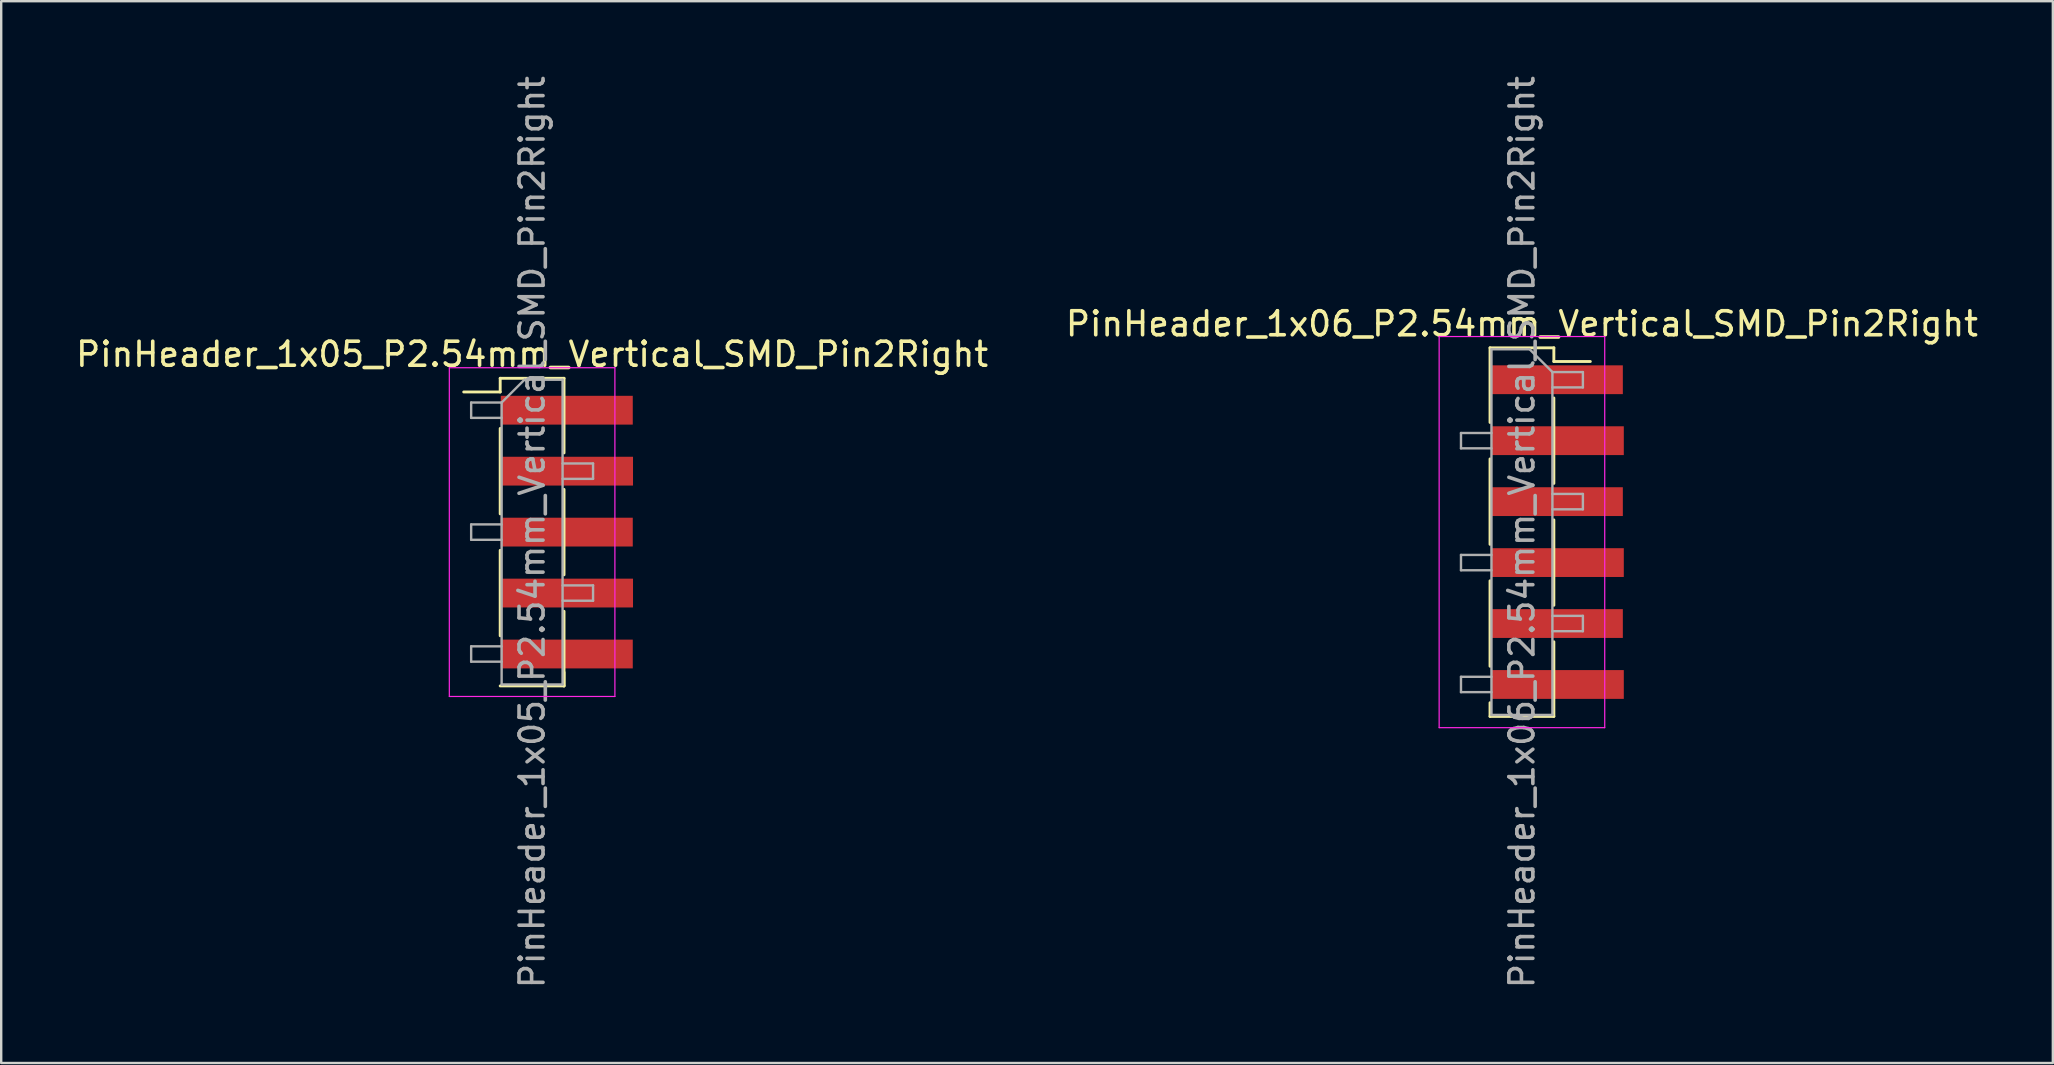
<source format=kicad_pcb>
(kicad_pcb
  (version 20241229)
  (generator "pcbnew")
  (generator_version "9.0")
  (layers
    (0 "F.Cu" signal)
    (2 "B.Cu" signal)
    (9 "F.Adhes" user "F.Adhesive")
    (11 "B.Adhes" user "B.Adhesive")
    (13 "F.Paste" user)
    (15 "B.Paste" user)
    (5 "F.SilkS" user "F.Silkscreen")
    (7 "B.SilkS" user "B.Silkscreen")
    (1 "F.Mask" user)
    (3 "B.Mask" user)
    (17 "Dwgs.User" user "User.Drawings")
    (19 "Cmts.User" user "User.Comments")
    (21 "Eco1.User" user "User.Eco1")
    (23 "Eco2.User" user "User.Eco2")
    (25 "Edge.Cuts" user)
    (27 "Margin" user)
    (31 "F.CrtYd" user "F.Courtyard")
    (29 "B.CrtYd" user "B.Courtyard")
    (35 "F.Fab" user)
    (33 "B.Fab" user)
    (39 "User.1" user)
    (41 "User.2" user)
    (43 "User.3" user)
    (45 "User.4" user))
  (footprint "PinHeader_1x06_P2.54mm_Vertical_SMD_Pin2Right"
    (layer "F.Cu")
    (at 60.375 19.125)
    (property "Reference" "PinHeader_1x06_P2.54mm_Vertical_SMD_Pin2Right" (at 0 -8.68 0) (layer "F.SilkS") (effects (font (size 1 1) (thickness 0.15))))
    (attr smd)
    (fp_line (start -1.33 -7.68) (end -1.33 -4.57) (stroke (width 0.12) (type solid)) (layer "F.SilkS"))
    (fp_line (start -1.33 -7.68) (end 1.33 -7.68) (stroke (width 0.12) (type solid)) (layer "F.SilkS"))
    (fp_line (start -1.33 -3.05) (end -1.33 0.51) (stroke (width 0.12) (type solid)) (layer "F.SilkS"))
    (fp_line (start -1.33 2.03) (end -1.33 5.59) (stroke (width 0.12) (type solid)) (layer "F.SilkS"))
    (fp_line (start -1.33 7.11) (end -1.33 7.68) (stroke (width 0.12) (type solid)) (layer "F.SilkS"))
    (fp_line (start -1.33 7.68) (end 1.33 7.68) (stroke (width 0.12) (type solid)) (layer "F.SilkS"))
    (fp_line (start 1.33 -7.68) (end 1.33 -7.11) (stroke (width 0.12) (type solid)) (layer "F.SilkS"))
    (fp_line (start 1.33 -7.11) (end 2.85 -7.11) (stroke (width 0.12) (type solid)) (layer "F.SilkS"))
    (fp_line (start 1.33 -5.59) (end 1.33 -2.03) (stroke (width 0.12) (type solid)) (layer "F.SilkS"))
    (fp_line (start 1.33 -0.51) (end 1.33 3.05) (stroke (width 0.12) (type solid)) (layer "F.SilkS"))
    (fp_line (start 1.33 4.57) (end 1.33 7.68) (stroke (width 0.12) (type solid)) (layer "F.SilkS"))
    (fp_line (start -3.45 -8.15) (end -3.45 8.15) (stroke (width 0.05) (type solid)) (layer "F.CrtYd"))
    (fp_line (start -3.45 8.15) (end 3.45 8.15) (stroke (width 0.05) (type solid)) (layer "F.CrtYd"))
    (fp_line (start 3.45 -8.15) (end -3.45 -8.15) (stroke (width 0.05) (type solid)) (layer "F.CrtYd"))
    (fp_line (start 3.45 8.15) (end 3.45 -8.15) (stroke (width 0.05) (type solid)) (layer "F.CrtYd"))
    (fp_line (start -2.54 -4.13) (end -2.54 -3.49) (stroke (width 0.1) (type solid)) (layer "F.Fab"))
    (fp_line (start -2.54 -3.49) (end -1.27 -3.49) (stroke (width 0.1) (type solid)) (layer "F.Fab"))
    (fp_line (start -2.54 0.95) (end -2.54 1.59) (stroke (width 0.1) (type solid)) (layer "F.Fab"))
    (fp_line (start -2.54 1.59) (end -1.27 1.59) (stroke (width 0.1) (type solid)) (layer "F.Fab"))
    (fp_line (start -2.54 6.03) (end -2.54 6.67) (stroke (width 0.1) (type solid)) (layer "F.Fab"))
    (fp_line (start -2.54 6.67) (end -1.27 6.67) (stroke (width 0.1) (type solid)) (layer "F.Fab"))
    (fp_line (start -1.27 -7.62) (end -1.27 7.62) (stroke (width 0.1) (type solid)) (layer "F.Fab"))
    (fp_line (start -1.27 -7.62) (end 0.32 -7.62) (stroke (width 0.1) (type solid)) (layer "F.Fab"))
    (fp_line (start -1.27 -4.13) (end -2.54 -4.13) (stroke (width 0.1) (type solid)) (layer "F.Fab"))
    (fp_line (start -1.27 0.95) (end -2.54 0.95) (stroke (width 0.1) (type solid)) (layer "F.Fab"))
    (fp_line (start -1.27 6.03) (end -2.54 6.03) (stroke (width 0.1) (type solid)) (layer "F.Fab"))
    (fp_line (start 1.27 -6.67) (end 0.32 -7.62) (stroke (width 0.1) (type solid)) (layer "F.Fab"))
    (fp_line (start 1.27 -6.67) (end 2.54 -6.67) (stroke (width 0.1) (type solid)) (layer "F.Fab"))
    (fp_line (start 1.27 -1.59) (end 2.54 -1.59) (stroke (width 0.1) (type solid)) (layer "F.Fab"))
    (fp_line (start 1.27 3.49) (end 2.54 3.49) (stroke (width 0.1) (type solid)) (layer "F.Fab"))
    (fp_line (start 1.27 7.62) (end -1.27 7.62) (stroke (width 0.1) (type solid)) (layer "F.Fab"))
    (fp_line (start 1.27 7.62) (end 1.27 -6.67) (stroke (width 0.1) (type solid)) (layer "F.Fab"))
    (fp_line (start 2.54 -6.67) (end 2.54 -6.03) (stroke (width 0.1) (type solid)) (layer "F.Fab"))
    (fp_line (start 2.54 -6.03) (end 1.27 -6.03) (stroke (width 0.1) (type solid)) (layer "F.Fab"))
    (fp_line (start 2.54 -1.59) (end 2.54 -0.95) (stroke (width 0.1) (type solid)) (layer "F.Fab"))
    (fp_line (start 2.54 -0.95) (end 1.27 -0.95) (stroke (width 0.1) (type solid)) (layer "F.Fab"))
    (fp_line (start 2.54 3.49) (end 2.54 4.13) (stroke (width 0.1) (type solid)) (layer "F.Fab"))
    (fp_line (start 2.54 4.13) (end 1.27 4.13) (stroke (width 0.1) (type solid)) (layer "F.Fab"))
    (fp_text user "${REFERENCE}" (at 0 0 90) (layer "F.Fab") (effects (font (size 1 1) (thickness 0.15))))
    (pad "1" smd rect (at 1.655 -6.35) (size 5.5 1.2) (drill (offset -0.2 0)) (layers "F.Cu" "F.Mask" "F.Paste"))
    (pad "2" smd rect (at -1.655 -3.81) (size 5.5 1.2) (drill (offset 3.15 0)) (layers "F.Cu" "F.Mask" "F.Paste"))
    (pad "3" smd rect (at 1.655 -1.27) (size 5.5 1.2) (drill (offset -0.2 0)) (layers "F.Cu" "F.Mask" "F.Paste"))
    (pad "4" smd rect (at -1.655 1.27) (size 5.5 1.2) (drill (offset 3.15 0)) (layers "F.Cu" "F.Mask" "F.Paste"))
    (pad "5" smd rect (at 1.655 3.81) (size 5.5 1.2) (drill (offset -0.2 0)) (layers "F.Cu" "F.Mask" "F.Paste"))
    (pad "6" smd rect (at -1.655 6.35) (size 5.5 1.2) (drill (offset 3.15 0)) (layers "F.Cu" "F.Mask" "F.Paste")))
  (footprint "PinHeader_1x05_P2.54mm_Vertical_SMD_Pin2Right"
    (layer "F.Cu")
    (at 19.125 19.125)
    (property "Reference" "PinHeader_1x05_P2.54mm_Vertical_SMD_Pin2Right" (at 0 -7.41 0) (layer "F.SilkS") (effects (font (size 1 1) (thickness 0.15))))
    (attr smd)
    (fp_line (start -1.33 -6.41) (end -1.33 -5.84) (stroke (width 0.12) (type solid)) (layer "F.SilkS"))
    (fp_line (start -1.33 -6.41) (end 1.33 -6.41) (stroke (width 0.12) (type solid)) (layer "F.SilkS"))
    (fp_line (start -1.33 -5.84) (end -2.85 -5.84) (stroke (width 0.12) (type solid)) (layer "F.SilkS"))
    (fp_line (start -1.33 -4.32) (end -1.33 -0.76) (stroke (width 0.12) (type solid)) (layer "F.SilkS"))
    (fp_line (start -1.33 0.76) (end -1.33 4.32) (stroke (width 0.12) (type solid)) (layer "F.SilkS"))
    (fp_line (start -1.33 6.41) (end 1.33 6.41) (stroke (width 0.12) (type solid)) (layer "F.SilkS"))
    (fp_line (start 1.33 -6.41) (end 1.33 -3.3) (stroke (width 0.12) (type solid)) (layer "F.SilkS"))
    (fp_line (start 1.33 -1.78) (end 1.33 1.78) (stroke (width 0.12) (type solid)) (layer "F.SilkS"))
    (fp_line (start 1.33 3.3) (end 1.33 6.41) (stroke (width 0.12) (type solid)) (layer "F.SilkS"))
    (fp_line (start 1.33 5.84) (end 1.33 6.41) (stroke (width 0.12) (type solid)) (layer "F.SilkS"))
    (fp_line (start -3.45 -6.85) (end -3.45 6.85) (stroke (width 0.05) (type solid)) (layer "F.CrtYd"))
    (fp_line (start -3.45 6.85) (end 3.45 6.85) (stroke (width 0.05) (type solid)) (layer "F.CrtYd"))
    (fp_line (start 3.45 -6.85) (end -3.45 -6.85) (stroke (width 0.05) (type solid)) (layer "F.CrtYd"))
    (fp_line (start 3.45 6.85) (end 3.45 -6.85) (stroke (width 0.05) (type solid)) (layer "F.CrtYd"))
    (fp_line (start -2.54 -5.4) (end -2.54 -4.76) (stroke (width 0.1) (type solid)) (layer "F.Fab"))
    (fp_line (start -2.54 -4.76) (end -1.27 -4.76) (stroke (width 0.1) (type solid)) (layer "F.Fab"))
    (fp_line (start -2.54 -0.32) (end -2.54 0.32) (stroke (width 0.1) (type solid)) (layer "F.Fab"))
    (fp_line (start -2.54 0.32) (end -1.27 0.32) (stroke (width 0.1) (type solid)) (layer "F.Fab"))
    (fp_line (start -2.54 4.76) (end -2.54 5.4) (stroke (width 0.1) (type solid)) (layer "F.Fab"))
    (fp_line (start -2.54 5.4) (end -1.27 5.4) (stroke (width 0.1) (type solid)) (layer "F.Fab"))
    (fp_line (start -1.27 -5.4) (end -2.54 -5.4) (stroke (width 0.1) (type solid)) (layer "F.Fab"))
    (fp_line (start -1.27 -5.4) (end -0.32 -6.35) (stroke (width 0.1) (type solid)) (layer "F.Fab"))
    (fp_line (start -1.27 -0.32) (end -2.54 -0.32) (stroke (width 0.1) (type solid)) (layer "F.Fab"))
    (fp_line (start -1.27 4.76) (end -2.54 4.76) (stroke (width 0.1) (type solid)) (layer "F.Fab"))
    (fp_line (start -1.27 6.35) (end -1.27 -5.4) (stroke (width 0.1) (type solid)) (layer "F.Fab"))
    (fp_line (start -0.32 -6.35) (end 1.27 -6.35) (stroke (width 0.1) (type solid)) (layer "F.Fab"))
    (fp_line (start 1.27 -6.35) (end 1.27 6.35) (stroke (width 0.1) (type solid)) (layer "F.Fab"))
    (fp_line (start 1.27 -2.86) (end 2.54 -2.86) (stroke (width 0.1) (type solid)) (layer "F.Fab"))
    (fp_line (start 1.27 2.22) (end 2.54 2.22) (stroke (width 0.1) (type solid)) (layer "F.Fab"))
    (fp_line (start 1.27 6.35) (end -1.27 6.35) (stroke (width 0.1) (type solid)) (layer "F.Fab"))
    (fp_line (start 2.54 -2.86) (end 2.54 -2.22) (stroke (width 0.1) (type solid)) (layer "F.Fab"))
    (fp_line (start 2.54 -2.22) (end 1.27 -2.22) (stroke (width 0.1) (type solid)) (layer "F.Fab"))
    (fp_line (start 2.54 2.22) (end 2.54 2.86) (stroke (width 0.1) (type solid)) (layer "F.Fab"))
    (fp_line (start 2.54 2.86) (end 1.27 2.86) (stroke (width 0.1) (type solid)) (layer "F.Fab"))
    (fp_text user "${REFERENCE}" (at 0 0 90) (layer "F.Fab") (effects (font (size 1 1) (thickness 0.15))))
    (pad "1" smd rect (at -1.655 -5.08) (size 5.5 1.2) (drill (offset 3.1 0)) (layers "F.Cu" "F.Mask" "F.Paste"))
    (pad "2" smd rect (at 1.655 -2.54) (size 5.5 1.2) (drill (offset -0.2 0)) (layers "F.Cu" "F.Mask" "F.Paste"))
    (pad "3" smd rect (at -1.655 0) (size 5.5 1.2) (drill (offset 3.1 0)) (layers "F.Cu" "F.Mask" "F.Paste"))
    (pad "4" smd rect (at 1.655 2.54) (size 5.5 1.2) (drill (offset -0.2 0)) (layers "F.Cu" "F.Mask" "F.Paste"))
    (pad "5" smd rect (at -1.655 5.08) (size 5.5 1.2) (drill (offset 3.1 0)) (layers "F.Cu" "F.Mask" "F.Paste")))
  (gr_rect
    (start -3 -3)
    (end 82.5 41.25)
    (stroke (width 0.1) (type default))
    (fill no)
    (layer "Edge.Cuts")))
</source>
